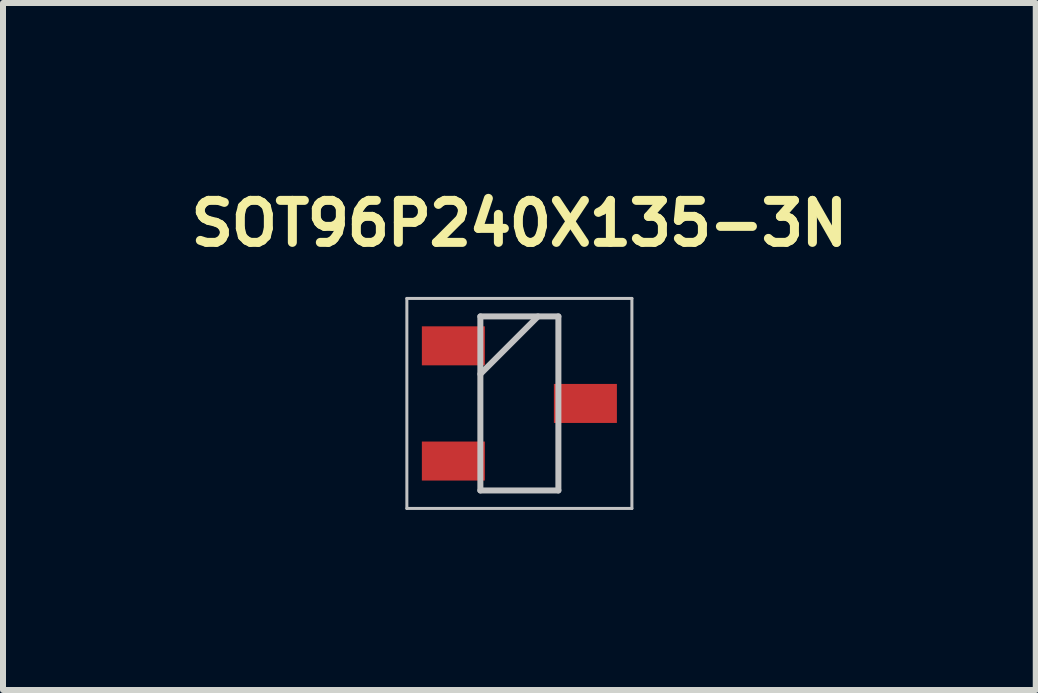
<source format=kicad_pcb>
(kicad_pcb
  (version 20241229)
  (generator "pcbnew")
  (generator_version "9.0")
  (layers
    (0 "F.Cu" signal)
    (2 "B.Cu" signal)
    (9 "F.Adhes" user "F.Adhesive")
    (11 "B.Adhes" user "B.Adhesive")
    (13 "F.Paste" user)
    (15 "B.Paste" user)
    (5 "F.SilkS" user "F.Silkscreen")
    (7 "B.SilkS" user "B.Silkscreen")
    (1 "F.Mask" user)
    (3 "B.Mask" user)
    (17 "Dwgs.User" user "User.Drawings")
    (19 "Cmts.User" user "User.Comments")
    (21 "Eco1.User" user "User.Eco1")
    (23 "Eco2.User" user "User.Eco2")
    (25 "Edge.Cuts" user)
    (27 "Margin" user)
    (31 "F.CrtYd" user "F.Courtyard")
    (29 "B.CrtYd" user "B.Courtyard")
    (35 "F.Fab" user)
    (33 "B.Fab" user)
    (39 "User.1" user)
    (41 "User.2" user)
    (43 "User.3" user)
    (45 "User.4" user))
  (footprint "SOT96P240X135-3N"
    (layer "F.Cu")
    (at 5.605 3.673)
    (property "Reference" "SOT96P240X135-3N" (at 0 -3 0) (layer "F.SilkS") (effects (font (size 0.7 0.7) (thickness 0.15))))
    (attr smd)
    (fp_line (start -1.875 -1.75) (end 1.875 -1.75) (stroke (width 0.05) (type solid)) (layer "Dwgs.User"))
    (fp_line (start -1.875 1.75) (end -1.875 -1.75) (stroke (width 0.05) (type solid)) (layer "Dwgs.User"))
    (fp_line (start -0.65 -1.45) (end 0.65 -1.45) (stroke (width 0.1) (type solid)) (layer "Dwgs.User"))
    (fp_line (start -0.65 -0.49) (end 0.31 -1.45) (stroke (width 0.1) (type solid)) (layer "Dwgs.User"))
    (fp_line (start -0.65 1.45) (end -0.65 -1.45) (stroke (width 0.1) (type solid)) (layer "Dwgs.User"))
    (fp_line (start 0.65 -1.45) (end 0.65 1.45) (stroke (width 0.1) (type solid)) (layer "Dwgs.User"))
    (fp_line (start 0.65 1.45) (end -0.65 1.45) (stroke (width 0.1) (type solid)) (layer "Dwgs.User"))
    (fp_line (start 1.875 -1.75) (end 1.875 1.75) (stroke (width 0.05) (type solid)) (layer "Dwgs.User"))
    (fp_line (start 1.875 1.75) (end -1.875 1.75) (stroke (width 0.05) (type solid)) (layer "Dwgs.User"))
    (pad "1" smd rect (at -1.1 -0.96 90) (size 0.65 1.05) (layers "F.Cu" "F.Mask" "F.Paste"))
    (pad "2" smd rect (at -1.1 0.96 90) (size 0.65 1.05) (layers "F.Cu" "F.Mask" "F.Paste"))
    (pad "3" smd rect (at 1.1 0 90) (size 0.65 1.05) (layers "F.Cu" "F.Mask" "F.Paste")))
  (gr_rect
    (start -3 -3)
    (end 14.21 8.448)
    (stroke (width 0.1) (type default))
    (fill no)
    (layer "Edge.Cuts")))
</source>
